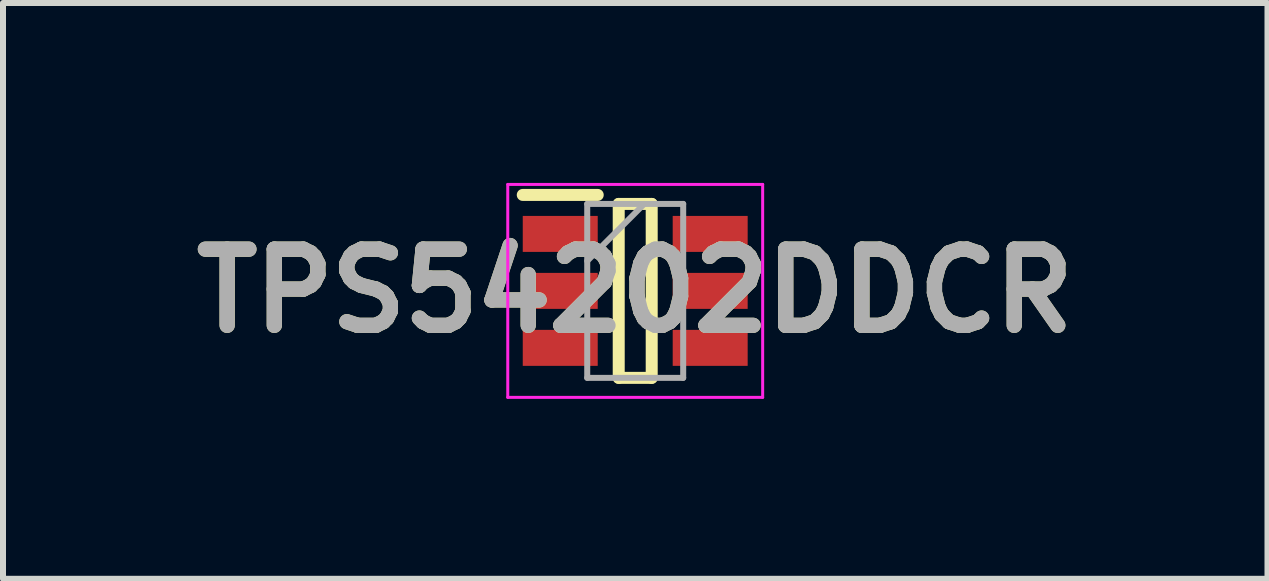
<source format=kicad_pcb>
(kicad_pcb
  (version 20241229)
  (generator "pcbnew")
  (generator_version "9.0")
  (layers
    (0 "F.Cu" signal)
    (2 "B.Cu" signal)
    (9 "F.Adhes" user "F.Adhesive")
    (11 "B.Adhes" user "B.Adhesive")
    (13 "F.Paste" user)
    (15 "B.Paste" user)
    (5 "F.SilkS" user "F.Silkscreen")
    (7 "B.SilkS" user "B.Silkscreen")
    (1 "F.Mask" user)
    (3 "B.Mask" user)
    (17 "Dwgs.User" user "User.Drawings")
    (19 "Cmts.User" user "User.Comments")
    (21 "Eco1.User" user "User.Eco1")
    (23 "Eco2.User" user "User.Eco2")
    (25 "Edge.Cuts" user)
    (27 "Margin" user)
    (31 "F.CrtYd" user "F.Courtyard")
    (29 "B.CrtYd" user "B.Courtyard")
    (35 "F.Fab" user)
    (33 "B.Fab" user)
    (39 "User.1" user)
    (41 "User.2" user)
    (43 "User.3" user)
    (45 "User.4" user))
  (footprint "TPS54202DDCR"
    (layer "F.Cu")
    (at 7.541 1.8)
    (property "Reference" "TPS54202DDCR" (at 0 0 0) (layer "F.SilkS") (effects (font (size 1.27 1.27) (thickness 0.254))))
    (attr smd)
    (fp_line (start -1.875 -1.6) (end -0.625 -1.6) (stroke (width 0.2) (type solid)) (layer "F.SilkS"))
    (fp_line (start -0.275 -1.45) (end 0.275 -1.45) (stroke (width 0.2) (type solid)) (layer "F.SilkS"))
    (fp_line (start -0.275 1.45) (end -0.275 -1.45) (stroke (width 0.2) (type solid)) (layer "F.SilkS"))
    (fp_line (start 0.275 -1.45) (end 0.275 1.45) (stroke (width 0.2) (type solid)) (layer "F.SilkS"))
    (fp_line (start 0.275 1.45) (end -0.275 1.45) (stroke (width 0.2) (type solid)) (layer "F.SilkS"))
    (fp_line (start -2.125 -1.775) (end 2.125 -1.775) (stroke (width 0.05) (type solid)) (layer "F.CrtYd"))
    (fp_line (start -2.125 1.775) (end -2.125 -1.775) (stroke (width 0.05) (type solid)) (layer "F.CrtYd"))
    (fp_line (start 2.125 -1.775) (end 2.125 1.775) (stroke (width 0.05) (type solid)) (layer "F.CrtYd"))
    (fp_line (start 2.125 1.775) (end -2.125 1.775) (stroke (width 0.05) (type solid)) (layer "F.CrtYd"))
    (fp_line (start -0.8 -1.45) (end 0.8 -1.45) (stroke (width 0.1) (type solid)) (layer "F.Fab"))
    (fp_line (start -0.8 -0.5) (end 0.15 -1.45) (stroke (width 0.1) (type solid)) (layer "F.Fab"))
    (fp_line (start -0.8 1.45) (end -0.8 -1.45) (stroke (width 0.1) (type solid)) (layer "F.Fab"))
    (fp_line (start 0.8 -1.45) (end 0.8 1.45) (stroke (width 0.1) (type solid)) (layer "F.Fab"))
    (fp_line (start 0.8 1.45) (end -0.8 1.45) (stroke (width 0.1) (type solid)) (layer "F.Fab"))
    (fp_text user "${REFERENCE}" (at 0 0 0) (layer "F.Fab") (effects (font (size 1.27 1.27) (thickness 0.254))))
    (pad "1" smd rect (at -1.25 -0.95 90) (size 0.6 1.25) (layers "F.Cu" "F.Mask" "F.Paste"))
    (pad "2" smd rect (at -1.25 0 90) (size 0.6 1.25) (layers "F.Cu" "F.Mask" "F.Paste"))
    (pad "3" smd rect (at -1.25 0.95 90) (size 0.6 1.25) (layers "F.Cu" "F.Mask" "F.Paste"))
    (pad "4" smd rect (at 1.25 0.95 90) (size 0.6 1.25) (layers "F.Cu" "F.Mask" "F.Paste"))
    (pad "5" smd rect (at 1.25 0 90) (size 0.6 1.25) (layers "F.Cu" "F.Mask" "F.Paste"))
    (pad "6" smd rect (at 1.25 -0.95 90) (size 0.6 1.25) (layers "F.Cu" "F.Mask" "F.Paste")))
  (gr_rect
    (start -3 -3)
    (end 18.083 6.6)
    (stroke (width 0.1) (type default))
    (fill no)
    (layer "Edge.Cuts")))
</source>
